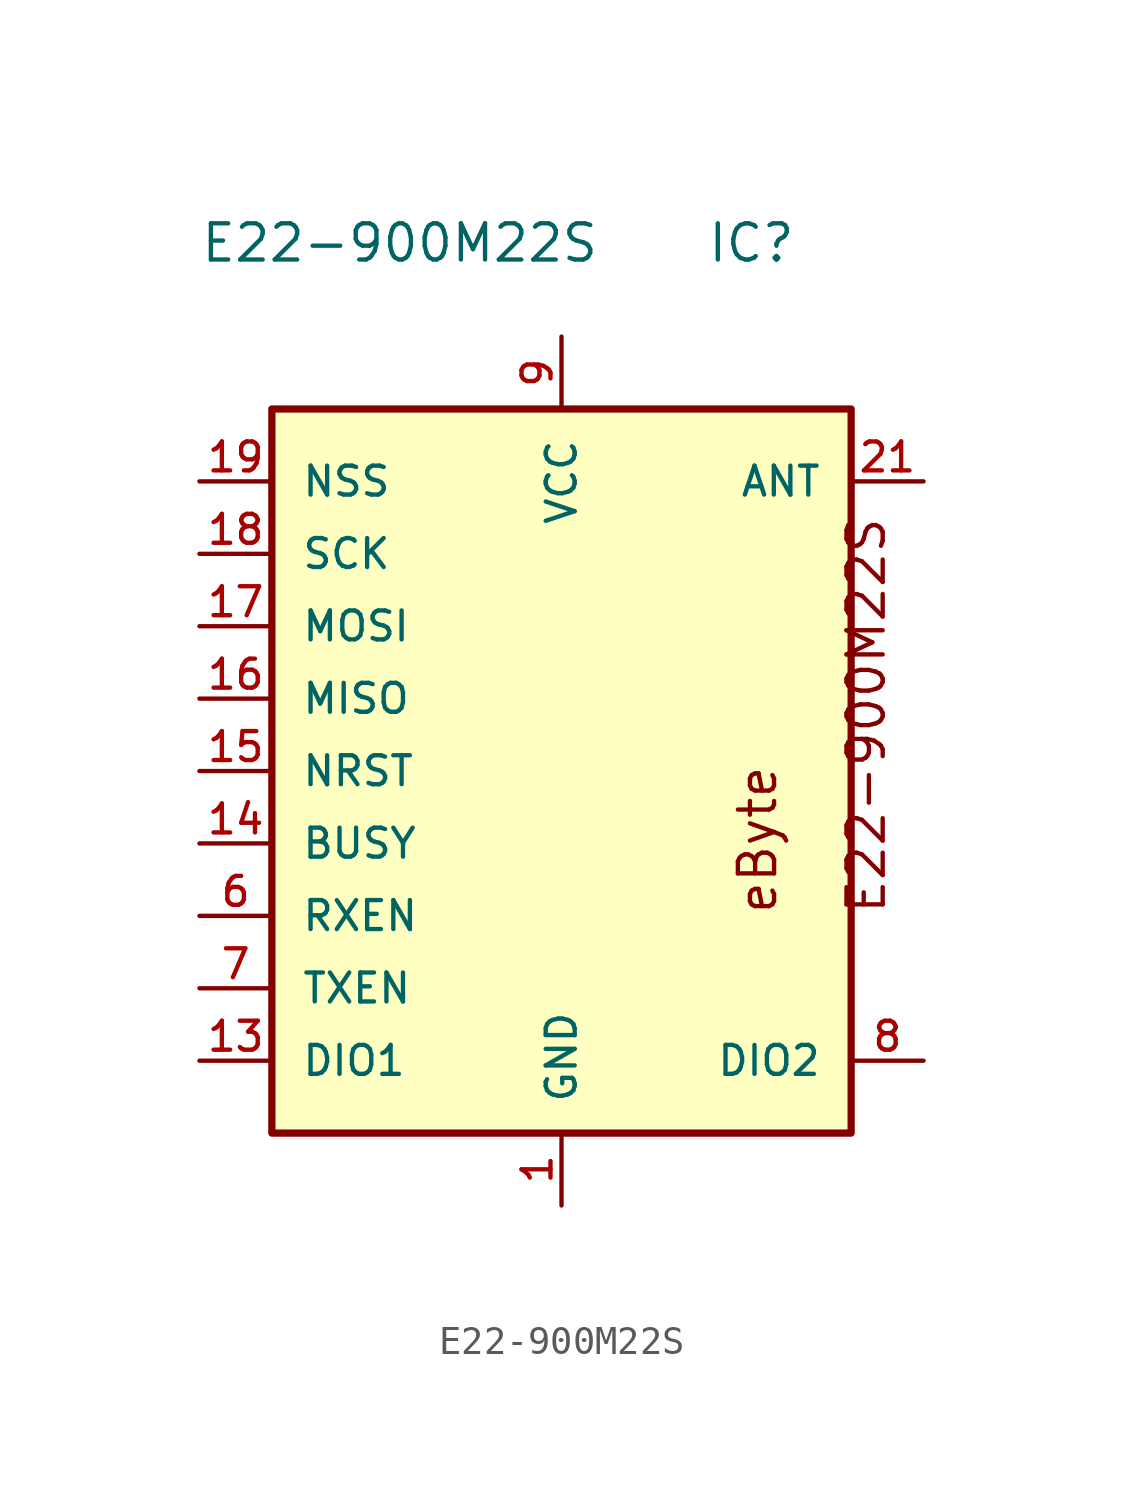
<source format=kicad_sym>
(kicad_symbol_lib
  (version 20211014)
  (generator kicad_symbol_editor)
  (symbol "E22-900M22S"
    (pin_names
      (offset 1.016))
    (property "Reference" "IC"
      (at 5.08 17.78 0)
      (effects (font (size 1.27 1.27)) (justify bottom left)))
    (property "Value" "E22-900M22S"
      (at -12.7 17.78 0)
      (effects (font (size 1.27 1.27)) (justify bottom left)))
    (symbol "E22-900M22S_0_0"
      (text "eByte" (at 7.62 -5.08 900) (effects (font (size 1.27 1.27)) (justify bottom left)))
      (text "E22-900M22S" (at 11.43 -5.08 900) (effects (font (size 1.27 1.27)) (justify bottom left)))
      (rectangle (start -10.16 -12.7) (end 10.16 12.7) (stroke (width 0.254)) (fill (type background)))
      (pin output line (at 12.7 10.16 180.0) (length 2.54) (name "ANT" (effects (font (size 1.016 1.016)))) (number "21" (effects (font (size 1.016 1.016)))))
      (pin bidirectional line (at -12.7 -2.54 0) (length 2.54) (name "BUSY" (effects (font (size 1.016 1.016)))) (number "14" (effects (font (size 1.016 1.016)))))
      (pin bidirectional line (at -12.7 -10.16 0) (length 2.54) (name "DIO1" (effects (font (size 1.016 1.016)))) (number "13" (effects (font (size 1.016 1.016)))))
      (pin bidirectional line (at 12.7 -10.16 180.0) (length 2.54) (name "DIO2" (effects (font (size 1.016 1.016)))) (number "8" (effects (font (size 1.016 1.016)))))
      (pin power_in line (at 0.0 -15.24 90.0) (length 2.54) (name "GND" (effects (font (size 1.016 1.016)))) (number "1" (effects (font (size 1.016 1.016)))))
      (pin power_in line (at 0.0 -15.24 90.0) (length 2.54) hide (name "GND" (effects (font (size 1.016 1.016)))) (number "2" (effects (font (size 1.016 1.016)))))
      (pin power_in line (at 0.0 -15.24 90.0) (length 2.54) hide (name "GND" (effects (font (size 1.016 1.016)))) (number "3" (effects (font (size 1.016 1.016)))))
      (pin power_in line (at 0.0 -15.24 90.0) (length 2.54) hide (name "GND" (effects (font (size 1.016 1.016)))) (number "4" (effects (font (size 1.016 1.016)))))
      (pin power_in line (at 0.0 -15.24 90.0) (length 2.54) hide (name "GND" (effects (font (size 1.016 1.016)))) (number "5" (effects (font (size 1.016 1.016)))))
      (pin power_in line (at 0.0 -15.24 90.0) (length 2.54) hide (name "GND" (effects (font (size 1.016 1.016)))) (number "10" (effects (font (size 1.016 1.016)))))
      (pin power_in line (at 0.0 -15.24 90.0) (length 2.54) hide (name "GND" (effects (font (size 1.016 1.016)))) (number "11" (effects (font (size 1.016 1.016)))))
      (pin power_in line (at 0.0 -15.24 90.0) (length 2.54) hide (name "GND" (effects (font (size 1.016 1.016)))) (number "12" (effects (font (size 1.016 1.016)))))
      (pin power_in line (at 0.0 -15.24 90.0) (length 2.54) hide (name "GND" (effects (font (size 1.016 1.016)))) (number "20" (effects (font (size 1.016 1.016)))))
      (pin power_in line (at 0.0 -15.24 90.0) (length 2.54) hide (name "GND" (effects (font (size 1.016 1.016)))) (number "22" (effects (font (size 1.016 1.016)))))
      (pin bidirectional line (at -12.7 2.54 0) (length 2.54) (name "MISO" (effects (font (size 1.016 1.016)))) (number "16" (effects (font (size 1.016 1.016)))))
      (pin bidirectional line (at -12.7 5.08 0) (length 2.54) (name "MOSI" (effects (font (size 1.016 1.016)))) (number "17" (effects (font (size 1.016 1.016)))))
      (pin bidirectional line (at -12.7 0.0 0) (length 2.54) (name "NRST" (effects (font (size 1.016 1.016)))) (number "15" (effects (font (size 1.016 1.016)))))
      (pin input line (at -12.7 10.16 0) (length 2.54) (name "NSS" (effects (font (size 1.016 1.016)))) (number "19" (effects (font (size 1.016 1.016)))))
      (pin input line (at -12.7 -5.08 0) (length 2.54) (name "RXEN" (effects (font (size 1.016 1.016)))) (number "6" (effects (font (size 1.016 1.016)))))
      (pin input line (at -12.7 7.62 0) (length 2.54) (name "SCK" (effects (font (size 1.016 1.016)))) (number "18" (effects (font (size 1.016 1.016)))))
      (pin bidirectional line (at -12.7 -7.62 0) (length 2.54) (name "TXEN" (effects (font (size 1.016 1.016)))) (number "7" (effects (font (size 1.016 1.016)))))
      (pin power_in line (at 0.0 15.24 270.0) (length 2.54) (name "VCC" (effects (font (size 1.016 1.016)))) (number "9" (effects (font (size 1.016 1.016))))))))
</source>
